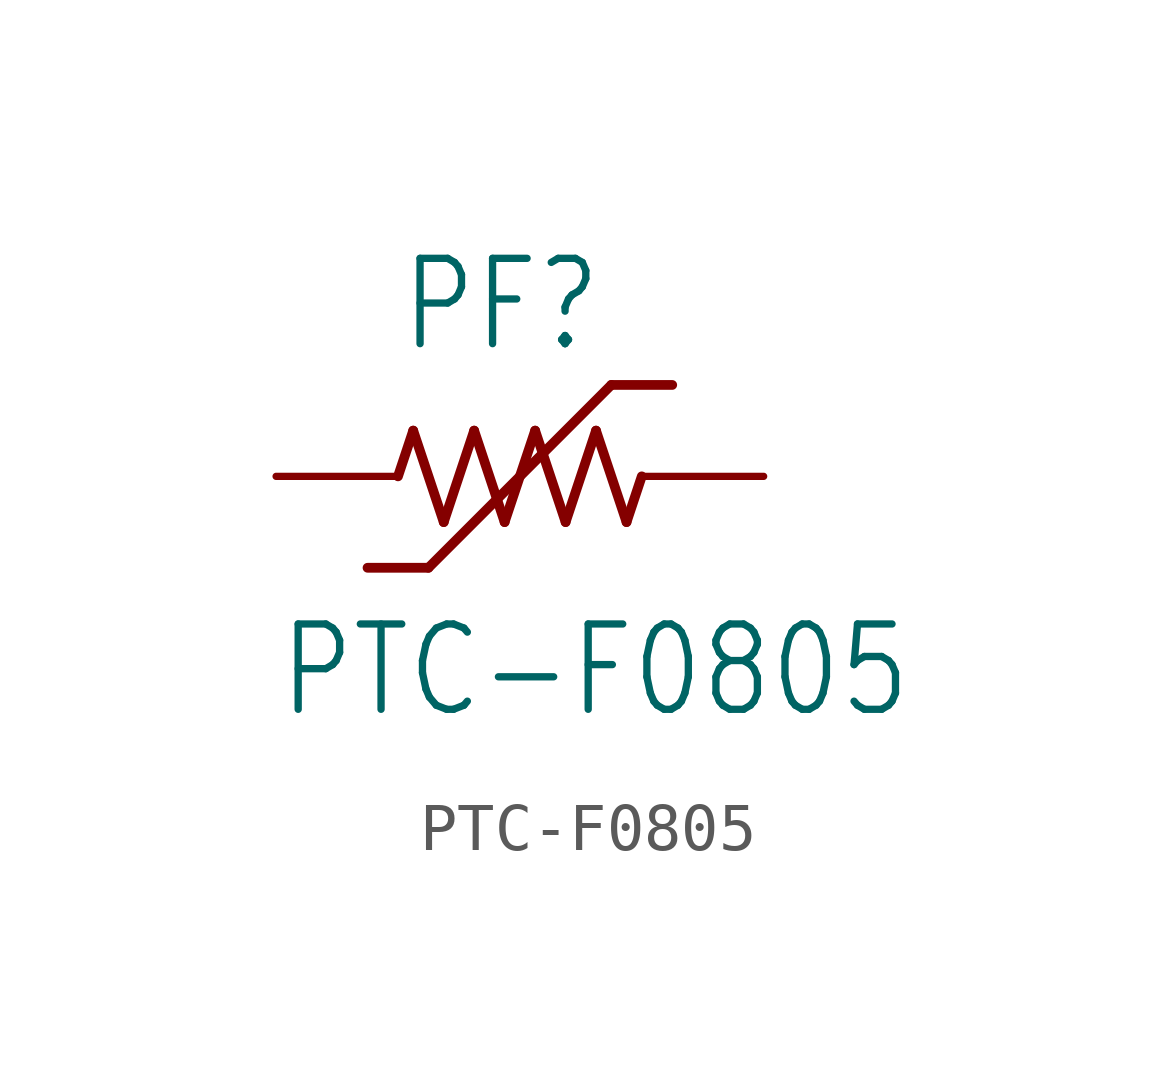
<source format=kicad_sym>
(kicad_symbol_lib
  (version 20211014)
  (generator kicad_symbol_editor)
  (symbol "PTC-F0805"
    (property "Reference" "PF"
      (at -2.54 2.54 0)
      (effects (font (size 1.778 1.511)) (justify left bottom)))
    (property "Value" "PTC-F0805"
      (at -5.08 -5.08 0)
      (effects (font (size 1.778 1.511)) (justify left bottom)))
    (property "ki_locked" ""
      (at 0 0 0)
      (effects (font (size 1.27 1.27))))
    (symbol "PTC-F0805_1_0"
      (polyline (pts (xy -2.54 0) (xy -2.223 0.953)) (stroke (width 0.203) (type default) (color 0 0 0 0)) (fill (type none)))
      (polyline (pts (xy -2.223 0.953) (xy -1.587 -0.953)) (stroke (width 0.203) (type default) (color 0 0 0 0)) (fill (type none)))
      (polyline (pts (xy -1.905 -1.905) (xy -3.175 -1.905)) (stroke (width 0.203) (type default) (color 0 0 0 0)) (fill (type none)))
      (polyline (pts (xy -1.587 -0.953) (xy -0.953 0.953)) (stroke (width 0.203) (type default) (color 0 0 0 0)) (fill (type none)))
      (polyline (pts (xy -0.953 0.953) (xy -0.318 -0.953)) (stroke (width 0.203) (type default) (color 0 0 0 0)) (fill (type none)))
      (polyline (pts (xy -0.318 -0.953) (xy 0.318 0.953)) (stroke (width 0.203) (type default) (color 0 0 0 0)) (fill (type none)))
      (polyline (pts (xy 0.318 0.953) (xy 0.953 -0.953)) (stroke (width 0.203) (type default) (color 0 0 0 0)) (fill (type none)))
      (polyline (pts (xy 0.953 -0.953) (xy 1.587 0.953)) (stroke (width 0.203) (type default) (color 0 0 0 0)) (fill (type none)))
      (polyline (pts (xy 1.587 0.953) (xy 2.223 -0.953)) (stroke (width 0.203) (type default) (color 0 0 0 0)) (fill (type none)))
      (polyline (pts (xy 1.905 1.905) (xy -1.905 -1.905)) (stroke (width 0.203) (type default) (color 0 0 0 0)) (fill (type none)))
      (polyline (pts (xy 2.223 -0.953) (xy 2.54 0)) (stroke (width 0.203) (type default) (color 0 0 0 0)) (fill (type none)))
      (polyline (pts (xy 3.175 1.905) (xy 1.905 1.905)) (stroke (width 0.203) (type default) (color 0 0 0 0)) (fill (type none)))
      (pin passive line (at -5.08 0 0) (length 2.54) (name "1" (effects (font (size 0 0)))) (number "1" (effects (font (size 0 0)))))
      (pin passive line (at 5.08 0 180) (length 2.54) (name "2" (effects (font (size 0 0)))) (number "2" (effects (font (size 0 0))))))))
</source>
